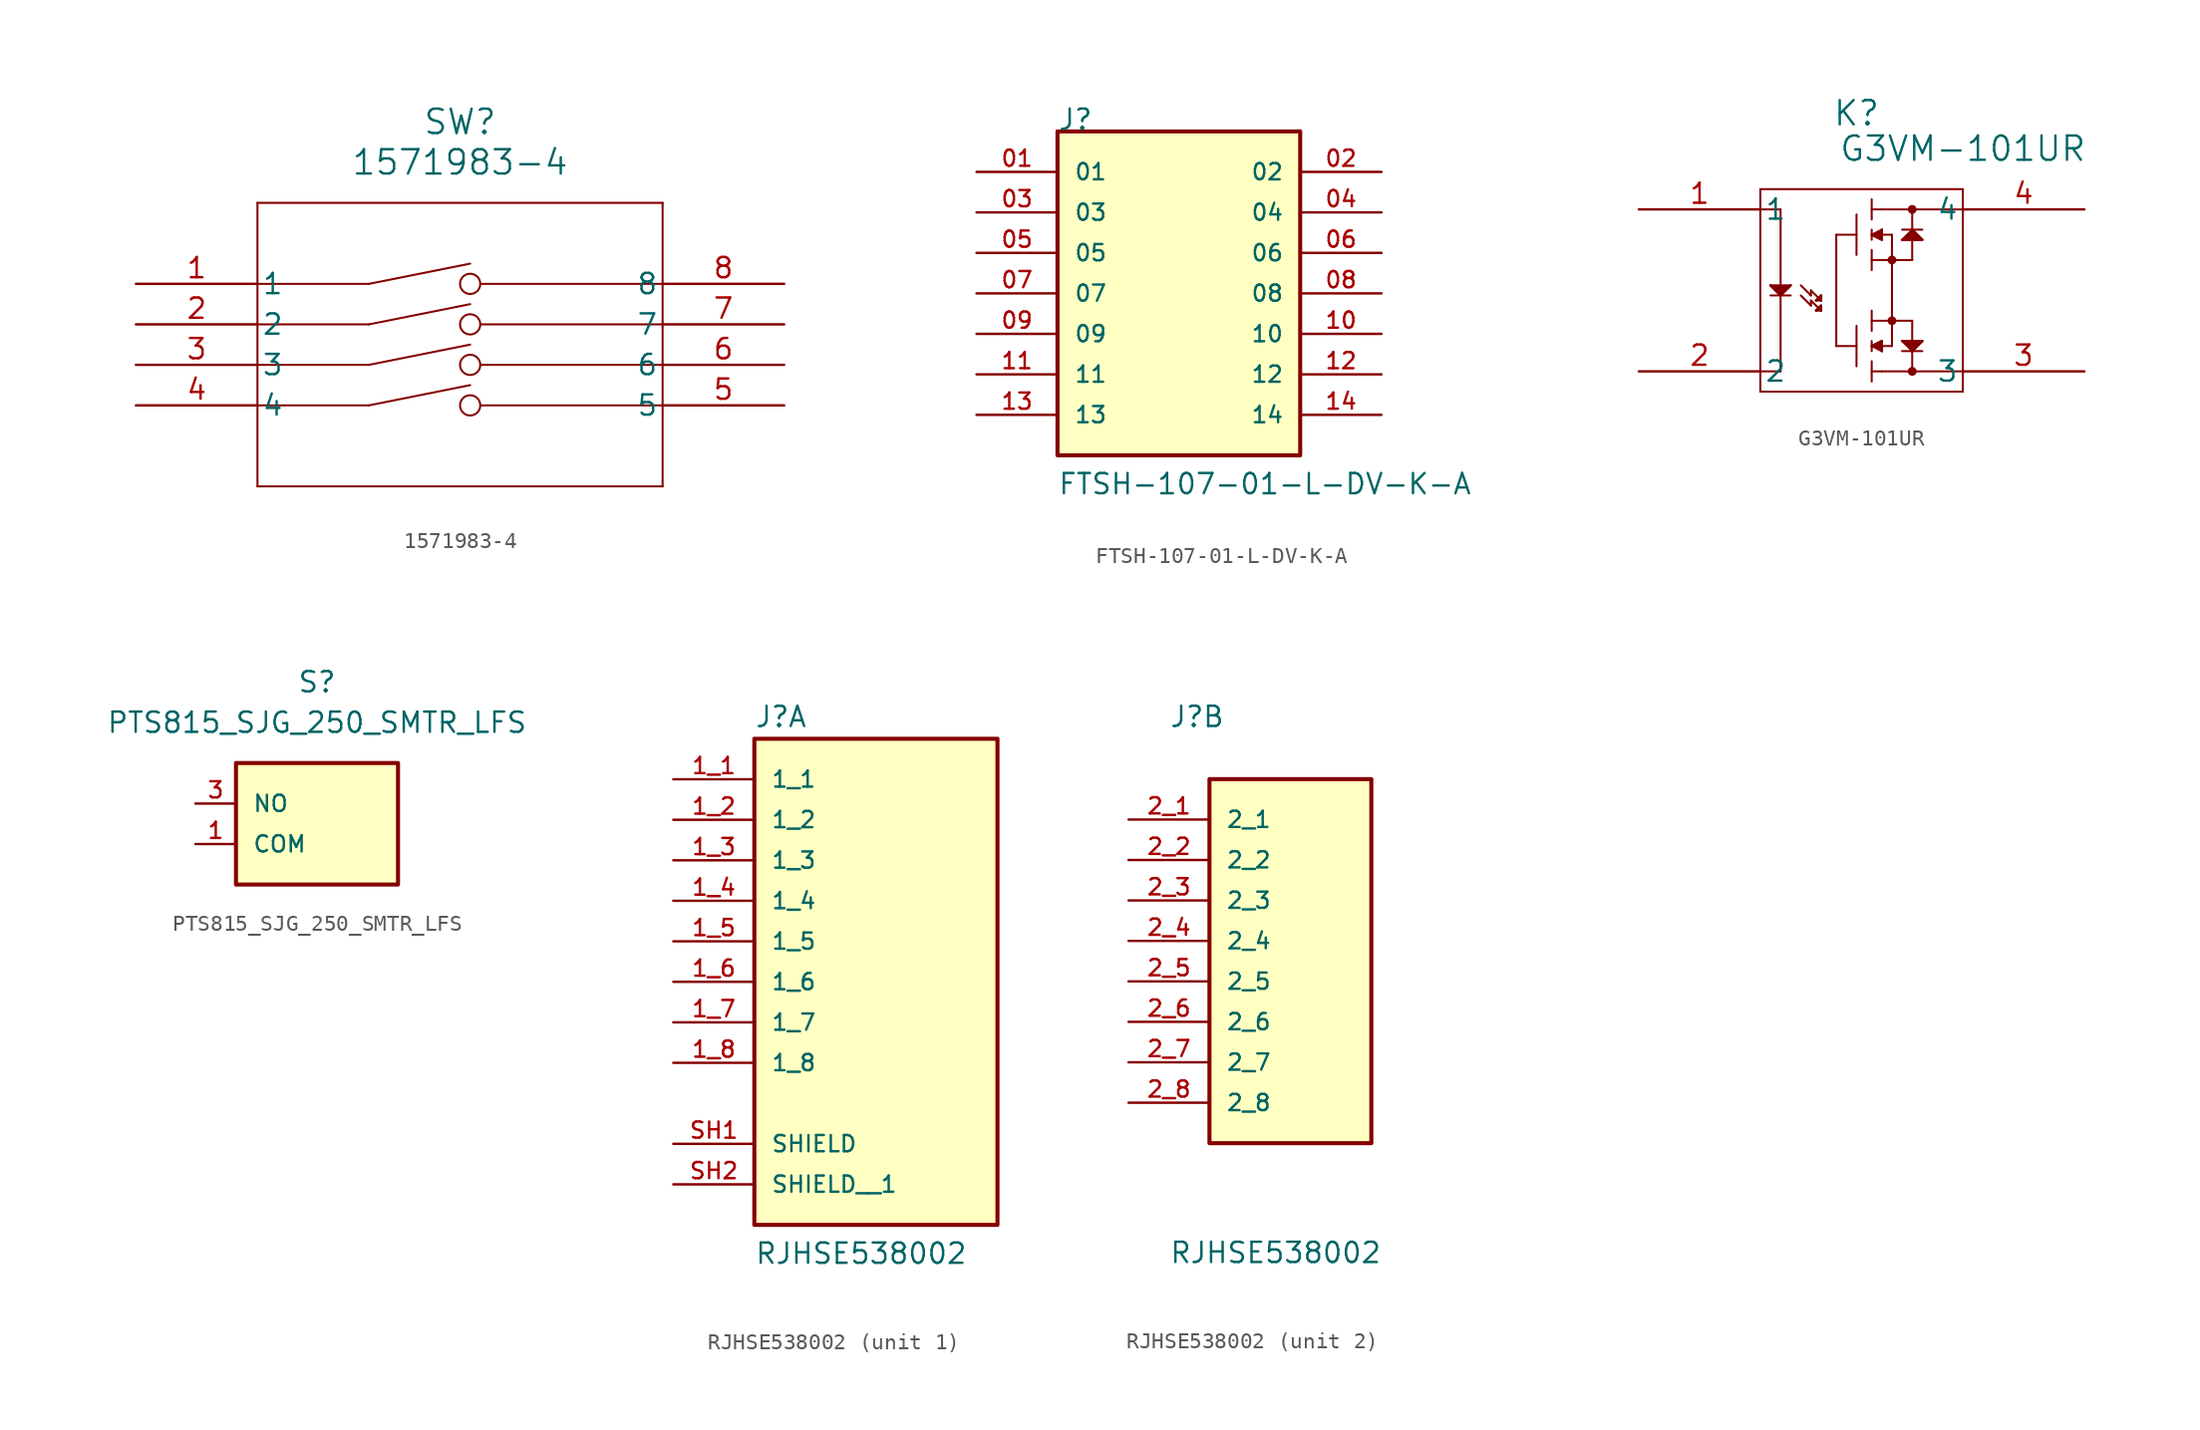
<source format=kicad_sym>
(kicad_symbol_lib
  (version 20241209)
  (generator "kicad_symbol_editor")
  (generator_version "9.0")
  (symbol "1571983-4"
    (pin_names
      (offset 0.254))
    (property "Reference" "SW"
      (at 0 10.16 0)
      (effects (font (size 1.524 1.524))))
    (property "Value" "1571983-4"
      (at 0 7.62 0)
      (effects (font (size 1.524 1.524))))
    (property "ki_locked" ""
      (at 0 0 0)
      (effects (font (size 1.27 1.27))))
    (symbol "1571983-4_0_1"
      (polyline (pts (xy -12.7 5.08) (xy -12.7 -12.7)) (stroke (width 0.127) (type default)) (fill (type none)))
      (polyline (pts (xy -12.7 -2.54) (xy -5.715 -2.54)) (stroke (width 0.127) (type default)) (fill (type none)))
      (polyline (pts (xy -12.7 -7.62) (xy -5.715 -7.62)) (stroke (width 0.127) (type default)) (fill (type none)))
      (polyline (pts (xy -12.7 -12.7) (xy 12.7 -12.7)) (stroke (width 0.127) (type default)) (fill (type none)))
      (polyline (pts (xy -5.715 0) (xy -12.7 0)) (stroke (width 0.127) (type default)) (fill (type none)))
      (polyline (pts (xy -5.715 -2.54) (xy 0.635 -1.27)) (stroke (width 0.127) (type default)) (fill (type none)))
      (polyline (pts (xy -5.715 -5.08) (xy -12.7 -5.08)) (stroke (width 0.127) (type default)) (fill (type none)))
      (polyline (pts (xy -5.715 -7.62) (xy 0.635 -6.35)) (stroke (width 0.127) (type default)) (fill (type none)))
      (polyline (pts (xy 0.635 1.27) (xy -5.715 0)) (stroke (width 0.127) (type default)) (fill (type none)))
      (circle (center 0.635 0) (radius 0.635) (stroke (width 0.127) (type default)) (fill (type none)))
      (circle (center 0.635 -2.54) (radius 0.635) (stroke (width 0.127) (type default)) (fill (type none)))
      (polyline (pts (xy 0.635 -3.81) (xy -5.715 -5.08)) (stroke (width 0.127) (type default)) (fill (type none)))
      (circle (center 0.635 -5.08) (radius 0.635) (stroke (width 0.127) (type default)) (fill (type none)))
      (circle (center 0.635 -7.62) (radius 0.635) (stroke (width 0.127) (type default)) (fill (type none)))
      (polyline (pts (xy 1.27 0) (xy 12.7 0)) (stroke (width 0.127) (type default)) (fill (type none)))
      (polyline (pts (xy 1.27 -5.08) (xy 12.7 -5.08)) (stroke (width 0.127) (type default)) (fill (type none)))
      (polyline (pts (xy 12.7 5.08) (xy -12.7 5.08)) (stroke (width 0.127) (type default)) (fill (type none)))
      (polyline (pts (xy 12.7 -2.54) (xy 1.27 -2.54)) (stroke (width 0.127) (type default)) (fill (type none)))
      (polyline (pts (xy 12.7 -7.62) (xy 1.27 -7.62)) (stroke (width 0.127) (type default)) (fill (type none)))
      (polyline (pts (xy 12.7 -12.7) (xy 12.7 5.08)) (stroke (width 0.127) (type default)) (fill (type none)))
      (pin unspecified line (at -20.32 0 0) (length 7.62) (name "1" (effects (font (size 1.27 1.27)))) (number "1" (effects (font (size 1.27 1.27)))))
      (pin unspecified line (at -20.32 -2.54 0) (length 7.62) (name "2" (effects (font (size 1.27 1.27)))) (number "2" (effects (font (size 1.27 1.27)))))
      (pin unspecified line (at -20.32 -5.08 0) (length 7.62) (name "3" (effects (font (size 1.27 1.27)))) (number "3" (effects (font (size 1.27 1.27)))))
      (pin unspecified line (at -20.32 -7.62 0) (length 7.62) (name "4" (effects (font (size 1.27 1.27)))) (number "4" (effects (font (size 1.27 1.27)))))
      (pin unspecified line (at 20.32 0 180) (length 7.62) (name "8" (effects (font (size 1.27 1.27)))) (number "8" (effects (font (size 1.27 1.27)))))
      (pin unspecified line (at 20.32 -2.54 180) (length 7.62) (name "7" (effects (font (size 1.27 1.27)))) (number "7" (effects (font (size 1.27 1.27)))))
      (pin unspecified line (at 20.32 -5.08 180) (length 7.62) (name "6" (effects (font (size 1.27 1.27)))) (number "6" (effects (font (size 1.27 1.27)))))
      (pin unspecified line (at 20.32 -7.62 180) (length 7.62) (name "5" (effects (font (size 1.27 1.27)))) (number "5" (effects (font (size 1.27 1.27)))))))
  (symbol "FTSH-107-01-L-DV-K-A"
    (pin_names
      (offset 1.016))
    (property "Reference" "J"
      (at -7.62 10.16 0)
      (effects (font (size 1.27 1.27)) (justify left bottom)))
    (property "Value" "FTSH-107-01-L-DV-K-A"
      (at -7.62 -12.7 0)
      (effects (font (size 1.27 1.27)) (justify left bottom)))
    (symbol "FTSH-107-01-L-DV-K-A_0_0"
      (rectangle (start -7.62 -10.16) (end 7.6 10.16) (stroke (width 0.254) (type default)) (fill (type background)))
      (pin passive line (at -12.7 7.62 0) (length 5.08) (name "01" (effects (font (size 1.016 1.016)))) (number "01" (effects (font (size 1.016 1.016)))))
      (pin passive line (at -12.7 5.08 0) (length 5.08) (name "03" (effects (font (size 1.016 1.016)))) (number "03" (effects (font (size 1.016 1.016)))))
      (pin passive line (at -12.7 2.54 0) (length 5.08) (name "05" (effects (font (size 1.016 1.016)))) (number "05" (effects (font (size 1.016 1.016)))))
      (pin passive line (at -12.7 0 0) (length 5.08) (name "07" (effects (font (size 1.016 1.016)))) (number "07" (effects (font (size 1.016 1.016)))))
      (pin passive line (at -12.7 -2.54 0) (length 5.08) (name "09" (effects (font (size 1.016 1.016)))) (number "09" (effects (font (size 1.016 1.016)))))
      (pin passive line (at -12.7 -5.08 0) (length 5.08) (name "11" (effects (font (size 1.016 1.016)))) (number "11" (effects (font (size 1.016 1.016)))))
      (pin passive line (at -12.7 -7.62 0) (length 5.08) (name "13" (effects (font (size 1.016 1.016)))) (number "13" (effects (font (size 1.016 1.016)))))
      (pin passive line (at 12.7 7.62 180) (length 5.08) (name "02" (effects (font (size 1.016 1.016)))) (number "02" (effects (font (size 1.016 1.016)))))
      (pin passive line (at 12.7 5.08 180) (length 5.08) (name "04" (effects (font (size 1.016 1.016)))) (number "04" (effects (font (size 1.016 1.016)))))
      (pin passive line (at 12.7 2.54 180) (length 5.08) (name "06" (effects (font (size 1.016 1.016)))) (number "06" (effects (font (size 1.016 1.016)))))
      (pin passive line (at 12.7 0 180) (length 5.08) (name "08" (effects (font (size 1.016 1.016)))) (number "08" (effects (font (size 1.016 1.016)))))
      (pin passive line (at 12.7 -2.54 180) (length 5.08) (name "10" (effects (font (size 1.016 1.016)))) (number "10" (effects (font (size 1.016 1.016)))))
      (pin passive line (at 12.7 -5.08 180) (length 5.08) (name "12" (effects (font (size 1.016 1.016)))) (number "12" (effects (font (size 1.016 1.016)))))
      (pin passive line (at 12.7 -7.62 180) (length 5.08) (name "14" (effects (font (size 1.016 1.016)))) (number "14" (effects (font (size 1.016 1.016)))))))
  (symbol "G3VM-101UR"
    (pin_names
      (offset 0.254))
    (property "Reference" "K"
      (at 13.652 6.032 0)
      (effects (font (size 1.524 1.524))))
    (property "Value" "G3VM-101UR"
      (at 20.32 3.81 0)
      (effects (font (size 1.524 1.524))))
    (property "ki_locked" ""
      (at 0 0 0)
      (effects (font (size 1.27 1.27))))
    (symbol "G3VM-101UR_0_1"
      (polyline (pts (xy 7.62 1.27) (xy 7.62 -11.43)) (stroke (width 0.127) (type default)) (fill (type none)))
      (polyline (pts (xy 7.62 0) (xy 8.89 0)) (stroke (width 0.127) (type default)) (fill (type none)))
      (polyline (pts (xy 7.62 -11.43) (xy 20.32 -11.43)) (stroke (width 0.127) (type default)) (fill (type none)))
      (polyline (pts (xy 8.255 -4.763) (xy 8.89 -5.397)) (stroke (width 0.127) (type default)) (fill (type none)))
      (polyline (pts (xy 8.255 -4.763) (xy 9.525 -4.763)) (stroke (width 0.127) (type default)) (fill (type none)))
      (polyline (pts (xy 8.255 -5.397) (xy 9.525 -5.397)) (stroke (width 0.127) (type default)) (fill (type none)))
      (polyline (pts (xy 8.89 0) (xy 8.89 -10.16)) (stroke (width 0.127) (type default)) (fill (type none)))
      (polyline (pts (xy 8.89 -5.397) (xy 9.525 -4.763)) (stroke (width 0.127) (type default)) (fill (type none)))
      (polyline (pts (xy 8.89 -10.16) (xy 7.62 -10.16)) (stroke (width 0.127) (type default)) (fill (type none)))
      (polyline (pts (xy 9.525 -4.763) (xy 8.89 -5.397) (xy 8.255 -4.763)) (stroke (width 0) (type default)) (fill (type outline)))
      (polyline (pts (xy 10.16 -4.763) (xy 10.795 -5.397)) (stroke (width 0.127) (type default)) (fill (type none)))
      (polyline (pts (xy 10.16 -5.397) (xy 10.795 -6.032)) (stroke (width 0.127) (type default)) (fill (type none)))
      (polyline (pts (xy 10.795 -5.397) (xy 10.795 -5.08)) (stroke (width 0.127) (type default)) (fill (type none)))
      (polyline (pts (xy 10.795 -5.715) (xy 11.43 -6.35)) (stroke (width 0.127) (type default)) (fill (type none)))
      (polyline (pts (xy 10.795 -6.032) (xy 10.795 -5.715)) (stroke (width 0.127) (type default)) (fill (type none)))
      (polyline (pts (xy 11.113 -5.715) (xy 11.43 -5.397)) (stroke (width 0.127) (type default)) (fill (type none)))
      (polyline (pts (xy 11.113 -5.715) (xy 11.43 -5.715)) (stroke (width 0.127) (type default)) (fill (type none)))
      (polyline (pts (xy 11.113 -5.715) (xy 11.43 -5.397) (xy 11.43 -5.715)) (stroke (width 0) (type default)) (fill (type outline)))
      (polyline (pts (xy 11.113 -6.35) (xy 11.43 -6.032)) (stroke (width 0.127) (type default)) (fill (type none)))
      (polyline (pts (xy 11.113 -6.35) (xy 11.43 -6.032) (xy 11.43 -6.35)) (stroke (width 0) (type default)) (fill (type outline)))
      (polyline (pts (xy 11.43 -5.715) (xy 10.795 -5.08)) (stroke (width 0.127) (type default)) (fill (type none)))
      (polyline (pts (xy 11.43 -5.715) (xy 11.43 -5.397)) (stroke (width 0.127) (type default)) (fill (type none)))
      (polyline (pts (xy 11.43 -6.032) (xy 11.43 -6.35)) (stroke (width 0.127) (type default)) (fill (type none)))
      (polyline (pts (xy 11.43 -6.35) (xy 11.113 -6.35)) (stroke (width 0.127) (type default)) (fill (type none)))
      (polyline (pts (xy 12.383 -1.587) (xy 12.383 -8.572)) (stroke (width 0.127) (type default)) (fill (type none)))
      (polyline (pts (xy 13.652 -1.587) (xy 12.383 -1.587)) (stroke (width 0.127) (type default)) (fill (type none)))
      (polyline (pts (xy 13.652 -2.857) (xy 13.652 -0.318)) (stroke (width 0.127) (type default)) (fill (type none)))
      (polyline (pts (xy 13.652 -7.303) (xy 13.652 -9.842)) (stroke (width 0.127) (type default)) (fill (type none)))
      (polyline (pts (xy 13.652 -8.572) (xy 12.383 -8.572)) (stroke (width 0.127) (type default)) (fill (type none)))
      (polyline (pts (xy 14.605 0.635) (xy 14.605 -0.635)) (stroke (width 0.127) (type default)) (fill (type none)))
      (polyline (pts (xy 14.605 0) (xy 15.24 0)) (stroke (width 0.127) (type default)) (fill (type none)))
      (polyline (pts (xy 14.605 -1.587) (xy 15.24 -1.27)) (stroke (width 0.127) (type default)) (fill (type none)))
      (polyline (pts (xy 14.605 -1.587) (xy 15.24 -1.905) (xy 15.24 -1.27)) (stroke (width 0) (type default)) (fill (type outline)))
      (polyline (pts (xy 14.605 -1.905) (xy 14.605 -1.27)) (stroke (width 0.127) (type default)) (fill (type none)))
      (polyline (pts (xy 14.605 -2.54) (xy 14.605 -3.81)) (stroke (width 0.127) (type default)) (fill (type none)))
      (polyline (pts (xy 14.605 -7.62) (xy 14.605 -6.35)) (stroke (width 0.127) (type default)) (fill (type none)))
      (polyline (pts (xy 14.605 -8.255) (xy 14.605 -8.89)) (stroke (width 0.127) (type default)) (fill (type none)))
      (polyline (pts (xy 14.605 -8.572) (xy 15.24 -8.89)) (stroke (width 0.127) (type default)) (fill (type none)))
      (polyline (pts (xy 14.605 -8.572) (xy 15.24 -8.255) (xy 15.24 -8.89)) (stroke (width 0) (type default)) (fill (type outline)))
      (polyline (pts (xy 14.605 -10.16) (xy 15.24 -10.16)) (stroke (width 0.127) (type default)) (fill (type none)))
      (polyline (pts (xy 14.605 -10.795) (xy 14.605 -9.525)) (stroke (width 0.127) (type default)) (fill (type none)))
      (polyline (pts (xy 15.24 -1.27) (xy 15.24 -1.587)) (stroke (width 0.127) (type default)) (fill (type none)))
      (polyline (pts (xy 15.24 -1.587) (xy 15.24 -1.905)) (stroke (width 0.127) (type default)) (fill (type none)))
      (polyline (pts (xy 15.24 -1.905) (xy 14.605 -1.587)) (stroke (width 0.127) (type default)) (fill (type none)))
      (polyline (pts (xy 15.24 -8.255) (xy 14.605 -8.572)) (stroke (width 0.127) (type default)) (fill (type none)))
      (polyline (pts (xy 15.24 -8.572) (xy 15.24 -8.255)) (stroke (width 0.127) (type default)) (fill (type none)))
      (polyline (pts (xy 15.24 -8.89) (xy 15.24 -8.572)) (stroke (width 0.127) (type default)) (fill (type none)))
      (polyline (pts (xy 15.875 -1.587) (xy 15.24 -1.587)) (stroke (width 0.127) (type default)) (fill (type none)))
      (polyline (pts (xy 15.875 -3.175) (xy 14.605 -3.175)) (stroke (width 0.127) (type default)) (fill (type none)))
      (circle (center 15.875 -3.175) (radius 0.152) (stroke (width 0.254) (type default)) (fill (type none)))
      (polyline (pts (xy 15.875 -6.985) (xy 14.605 -6.985)) (stroke (width 0.127) (type default)) (fill (type none)))
      (polyline (pts (xy 15.875 -6.985) (xy 15.875 -1.587)) (stroke (width 0.127) (type default)) (fill (type none)))
      (polyline (pts (xy 15.875 -6.985) (xy 15.875 -8.572)) (stroke (width 0.127) (type default)) (fill (type none)))
      (circle (center 15.875 -6.985) (radius 0.152) (stroke (width 0.254) (type default)) (fill (type none)))
      (polyline (pts (xy 15.875 -8.572) (xy 15.24 -8.572)) (stroke (width 0.127) (type default)) (fill (type none)))
      (polyline (pts (xy 16.51 -1.27) (xy 17.78 -1.27)) (stroke (width 0.127) (type default)) (fill (type none)))
      (polyline (pts (xy 16.51 -1.905) (xy 17.78 -1.905)) (stroke (width 0.127) (type default)) (fill (type none)))
      (polyline (pts (xy 16.51 -1.905) (xy 17.78 -1.905) (xy 17.145 -1.27)) (stroke (width 0) (type default)) (fill (type outline)))
      (polyline (pts (xy 16.51 -8.255) (xy 17.78 -8.255)) (stroke (width 0.127) (type default)) (fill (type none)))
      (polyline (pts (xy 16.51 -8.255) (xy 17.78 -8.255) (xy 17.145 -8.89)) (stroke (width 0) (type default)) (fill (type outline)))
      (polyline (pts (xy 16.51 -8.89) (xy 17.78 -8.89)) (stroke (width 0.127) (type default)) (fill (type none)))
      (polyline (pts (xy 17.145 0) (xy 17.145 -1.27)) (stroke (width 0.127) (type default)) (fill (type none)))
      (circle (center 17.145 0) (radius 0.152) (stroke (width 0.254) (type default)) (fill (type none)))
      (polyline (pts (xy 17.145 -1.27) (xy 16.51 -1.905)) (stroke (width 0.127) (type default)) (fill (type none)))
      (polyline (pts (xy 17.145 -1.905) (xy 17.145 -3.175)) (stroke (width 0.127) (type default)) (fill (type none)))
      (polyline (pts (xy 17.145 -3.175) (xy 15.875 -3.175)) (stroke (width 0.127) (type default)) (fill (type none)))
      (polyline (pts (xy 17.145 -6.985) (xy 15.875 -6.985)) (stroke (width 0.127) (type default)) (fill (type none)))
      (polyline (pts (xy 17.145 -8.255) (xy 17.145 -6.985)) (stroke (width 0.127) (type default)) (fill (type none)))
      (polyline (pts (xy 17.145 -8.89) (xy 16.51 -8.255)) (stroke (width 0.127) (type default)) (fill (type none)))
      (polyline (pts (xy 17.145 -10.16) (xy 17.145 -8.89)) (stroke (width 0.127) (type default)) (fill (type none)))
      (circle (center 17.145 -10.16) (radius 0.152) (stroke (width 0.254) (type default)) (fill (type none)))
      (polyline (pts (xy 17.78 -1.905) (xy 17.145 -1.27)) (stroke (width 0.127) (type default)) (fill (type none)))
      (polyline (pts (xy 17.78 -8.255) (xy 17.145 -8.89)) (stroke (width 0.127) (type default)) (fill (type none)))
      (polyline (pts (xy 20.32 1.27) (xy 7.62 1.27)) (stroke (width 0.127) (type default)) (fill (type none)))
      (polyline (pts (xy 20.32 0) (xy 15.24 0)) (stroke (width 0.127) (type default)) (fill (type none)))
      (polyline (pts (xy 20.32 -10.16) (xy 15.24 -10.16)) (stroke (width 0.127) (type default)) (fill (type none)))
      (polyline (pts (xy 20.32 -11.43) (xy 20.32 1.27)) (stroke (width 0.127) (type default)) (fill (type none)))
      (pin unspecified line (at 0 0 0) (length 7.62) (name "1" (effects (font (size 1.27 1.27)))) (number "1" (effects (font (size 1.27 1.27)))))
      (pin unspecified line (at 0 -10.16 0) (length 7.62) (name "2" (effects (font (size 1.27 1.27)))) (number "2" (effects (font (size 1.27 1.27)))))
      (pin unspecified line (at 27.94 0 180) (length 7.62) (name "4" (effects (font (size 1.27 1.27)))) (number "4" (effects (font (size 1.27 1.27)))))
      (pin unspecified line (at 27.94 -10.16 180) (length 7.62) (name "3" (effects (font (size 1.27 1.27)))) (number "3" (effects (font (size 1.27 1.27)))))))
  (symbol "PTS815_SJG_250_SMTR_LFS"
    (pin_names
      (offset 1.016))
    (property "Reference" "S"
      (at 5.08 5.08 0)
      (effects (font (size 1.27 1.27))))
    (property "Value" "PTS815_SJG_250_SMTR_LFS"
      (at 5.08 2.54 0)
      (effects (font (size 1.27 1.27))))
    (symbol "PTS815_SJG_250_SMTR_LFS_0_0"
      (rectangle (start 0 -7.62) (end 10.16 0) (stroke (width 0.254) (type default)) (fill (type background)))
      (pin bidirectional line (at -2.54 -2.54 0) (length 2.54) (name "NO" (effects (font (size 1.016 1.016)))) (number "3" (effects (font (size 1.016 1.016)))))
      (pin bidirectional line (at -2.54 -2.54 0) (length 2.54) (hide yes) (name "NO" (effects (font (size 1.016 1.016)))) (number "4" (effects (font (size 1.016 1.016)))))
      (pin bidirectional line (at -2.54 -5.08 0) (length 2.54) (name "COM" (effects (font (size 1.016 1.016)))) (number "1" (effects (font (size 1.016 1.016)))))
      (pin bidirectional line (at -2.54 -5.08 0) (length 2.54) (hide yes) (name "COM" (effects (font (size 1.016 1.016)))) (number "2" (effects (font (size 1.016 1.016)))))))
  (symbol "RJHSE538002"
    (pin_names
      (offset 1.016))
    (property "Reference" "J"
      (at -7.62 13.335 0)
      (effects (font (size 1.27 1.27)) (justify left bottom)))
    (property "Value" "RJHSE538002"
      (at -7.62 -20.32 0)
      (effects (font (size 1.27 1.27)) (justify left bottom)))
    (symbol "RJHSE538002_1_0"
      (rectangle (start -7.62 -17.78) (end 7.62 12.7) (stroke (width 0.254) (type default)) (fill (type background)))
      (pin passive line (at -12.7 10.16 0) (length 5.08) (name "1_1" (effects (font (size 1.016 1.016)))) (number "1_1" (effects (font (size 1.016 1.016)))))
      (pin passive line (at -12.7 7.62 0) (length 5.08) (name "1_2" (effects (font (size 1.016 1.016)))) (number "1_2" (effects (font (size 1.016 1.016)))))
      (pin passive line (at -12.7 5.08 0) (length 5.08) (name "1_3" (effects (font (size 1.016 1.016)))) (number "1_3" (effects (font (size 1.016 1.016)))))
      (pin passive line (at -12.7 2.54 0) (length 5.08) (name "1_4" (effects (font (size 1.016 1.016)))) (number "1_4" (effects (font (size 1.016 1.016)))))
      (pin passive line (at -12.7 0 0) (length 5.08) (name "1_5" (effects (font (size 1.016 1.016)))) (number "1_5" (effects (font (size 1.016 1.016)))))
      (pin passive line (at -12.7 -2.54 0) (length 5.08) (name "1_6" (effects (font (size 1.016 1.016)))) (number "1_6" (effects (font (size 1.016 1.016)))))
      (pin passive line (at -12.7 -5.08 0) (length 5.08) (name "1_7" (effects (font (size 1.016 1.016)))) (number "1_7" (effects (font (size 1.016 1.016)))))
      (pin passive line (at -12.7 -7.62 0) (length 5.08) (name "1_8" (effects (font (size 1.016 1.016)))) (number "1_8" (effects (font (size 1.016 1.016)))))
      (pin passive line (at -12.7 -12.7 0) (length 5.08) (name "SHIELD" (effects (font (size 1.016 1.016)))) (number "SH1" (effects (font (size 1.016 1.016)))))
      (pin passive line (at -12.7 -15.24 0) (length 5.08) (name "SHIELD__1" (effects (font (size 1.016 1.016)))) (number "SH2" (effects (font (size 1.016 1.016))))))
    (symbol "RJHSE538002_2_0"
      (rectangle (start -5.08 -12.7) (end 5.08 10.16) (stroke (width 0.254) (type default)) (fill (type background)))
      (pin passive line (at -10.16 7.62 0) (length 5.08) (name "2_1" (effects (font (size 1.016 1.016)))) (number "2_1" (effects (font (size 1.016 1.016)))))
      (pin passive line (at -10.16 5.08 0) (length 5.08) (name "2_2" (effects (font (size 1.016 1.016)))) (number "2_2" (effects (font (size 1.016 1.016)))))
      (pin passive line (at -10.16 2.54 0) (length 5.08) (name "2_3" (effects (font (size 1.016 1.016)))) (number "2_3" (effects (font (size 1.016 1.016)))))
      (pin passive line (at -10.16 0 0) (length 5.08) (name "2_4" (effects (font (size 1.016 1.016)))) (number "2_4" (effects (font (size 1.016 1.016)))))
      (pin passive line (at -10.16 -2.54 0) (length 5.08) (name "2_5" (effects (font (size 1.016 1.016)))) (number "2_5" (effects (font (size 1.016 1.016)))))
      (pin passive line (at -10.16 -5.08 0) (length 5.08) (name "2_6" (effects (font (size 1.016 1.016)))) (number "2_6" (effects (font (size 1.016 1.016)))))
      (pin passive line (at -10.16 -7.62 0) (length 5.08) (name "2_7" (effects (font (size 1.016 1.016)))) (number "2_7" (effects (font (size 1.016 1.016)))))
      (pin passive line (at -10.16 -10.16 0) (length 5.08) (name "2_8" (effects (font (size 1.016 1.016)))) (number "2_8" (effects (font (size 1.016 1.016))))))))
</source>
